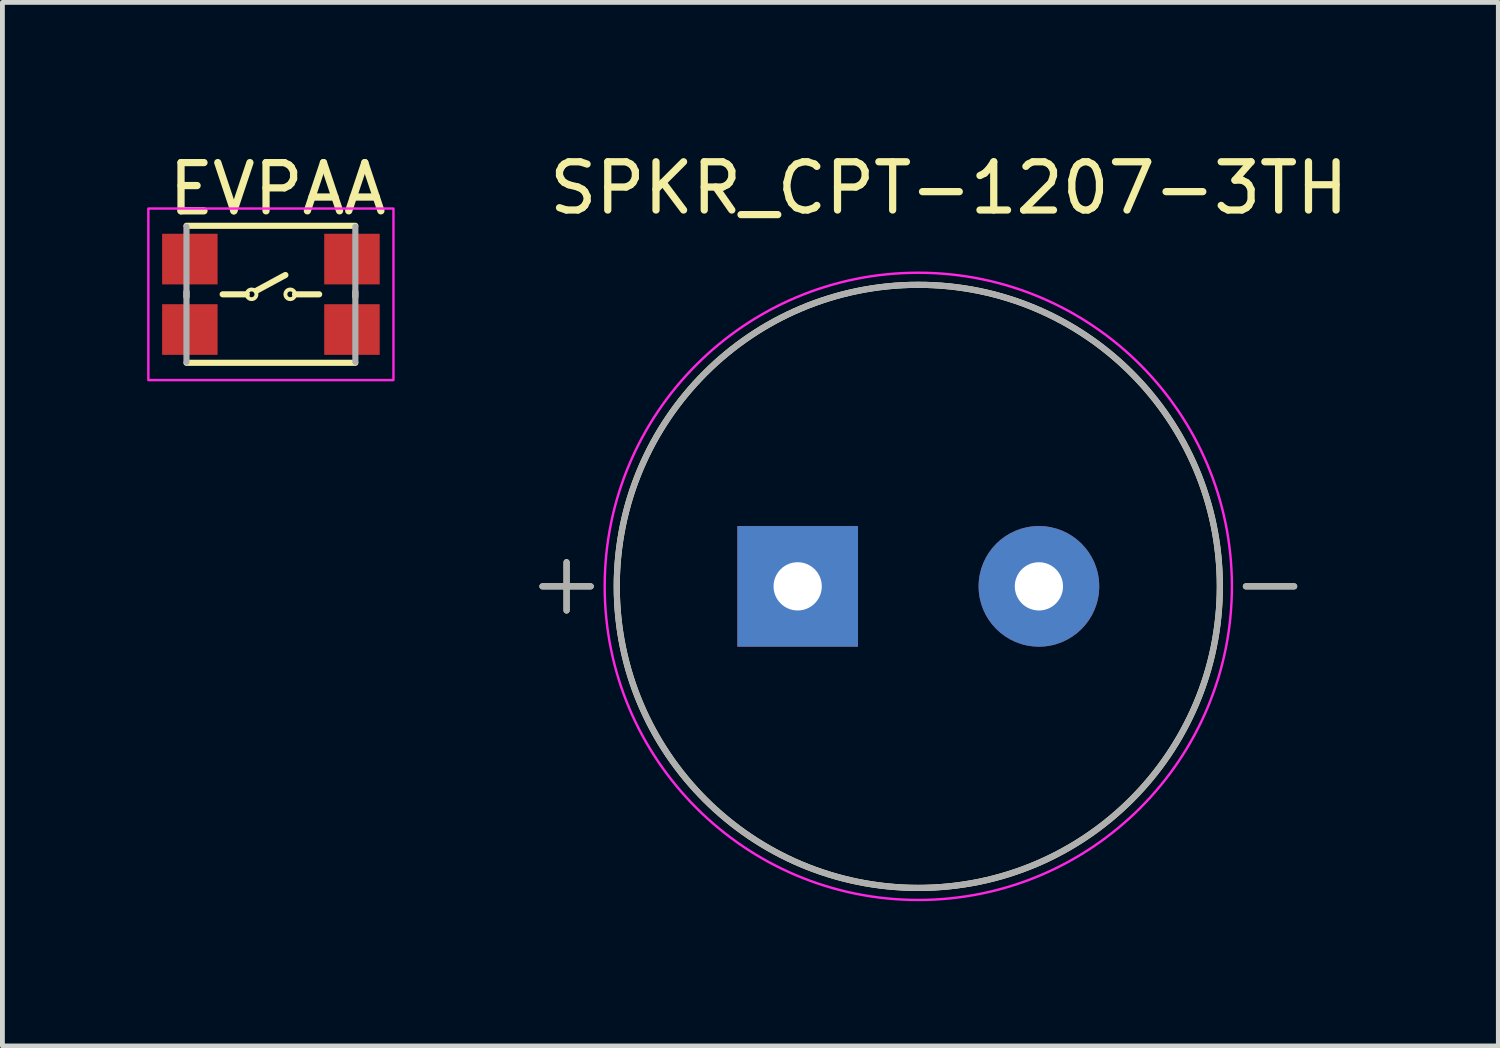
<source format=kicad_pcb>
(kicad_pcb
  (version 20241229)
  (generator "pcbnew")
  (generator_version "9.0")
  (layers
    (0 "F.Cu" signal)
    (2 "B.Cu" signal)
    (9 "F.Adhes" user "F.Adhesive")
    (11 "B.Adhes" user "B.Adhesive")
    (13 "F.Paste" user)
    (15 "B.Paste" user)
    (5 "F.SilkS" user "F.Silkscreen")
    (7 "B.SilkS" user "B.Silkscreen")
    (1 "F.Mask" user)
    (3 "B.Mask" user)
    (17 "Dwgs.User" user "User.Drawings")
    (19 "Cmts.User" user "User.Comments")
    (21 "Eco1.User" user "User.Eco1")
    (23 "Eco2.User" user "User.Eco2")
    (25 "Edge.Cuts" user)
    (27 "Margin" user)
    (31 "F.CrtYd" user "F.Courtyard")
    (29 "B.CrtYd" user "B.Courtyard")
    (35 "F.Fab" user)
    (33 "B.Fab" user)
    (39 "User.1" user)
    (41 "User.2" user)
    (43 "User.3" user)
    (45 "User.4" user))
  (footprint "EVPAA"
    (layer "F.Cu")
    (at 2.565 3.05)
    (property "Reference" "EVPAA" (at -2.2 -1.6 0) (layer "F.SilkS") (effects (font (size 1 1) (thickness 0.15)) (justify left bottom)))
    (attr smd)
    (fp_line (start -1.75 -0.05) (end -1.75 0.05) (stroke (width 0.127) (type solid)) (layer "F.SilkS"))
    (fp_line (start -1.75 1.42) (end 1.75 1.42) (stroke (width 0.127) (type solid)) (layer "F.SilkS"))
    (fp_line (start -0.5 0) (end -1 0) (stroke (width 0.127) (type solid)) (layer "F.SilkS"))
    (fp_line (start -0.3 -0.075) (end 0.3 -0.4) (stroke (width 0.127) (type solid)) (layer "F.SilkS"))
    (fp_line (start 0.5 0) (end 1 0) (stroke (width 0.127) (type solid)) (layer "F.SilkS"))
    (fp_line (start 1.75 -1.42) (end -1.75 -1.42) (stroke (width 0.127) (type solid)) (layer "F.SilkS"))
    (fp_line (start 1.75 0.05) (end 1.75 -0.05) (stroke (width 0.127) (type solid)) (layer "F.SilkS"))
    (fp_circle (center -0.4 0) (end -0.3 0) (stroke (width 0.08) (type solid)) (fill no) (layer "F.SilkS"))
    (fp_circle (center 0.4 0) (end 0.5 0) (stroke (width 0.08) (type solid)) (fill no) (layer "F.SilkS"))
    (fp_rect (start -2.54 -1.778) (end 2.54 1.778) (stroke (width 0.05) (type default)) (fill no) (layer "F.CrtYd"))
    (fp_line (start -1.75 -1.4) (end -1.75 1.4) (stroke (width 0.127) (type solid)) (layer "F.Fab"))
    (fp_line (start 1.75 -1.4) (end 1.75 1.4) (stroke (width 0.127) (type solid)) (layer "F.Fab"))
    (pad "1" smd rect (at -1.68 -0.73) (size 1.15 1.05) (layers "F.Cu" "F.Mask" "F.Paste"))
    (pad "2" smd rect (at -1.68 0.73) (size 1.15 1.05) (layers "F.Cu" "F.Mask" "F.Paste"))
    (pad "3" smd rect (at 1.68 -0.73) (size 1.15 1.05) (layers "F.Cu" "F.Mask" "F.Paste"))
    (pad "4" smd rect (at 1.68 0.73) (size 1.15 1.05) (layers "F.Cu" "F.Mask" "F.Paste")))
  (footprint "SPKR_CPT-1207-3TH"
    (layer "F.Cu")
    (at 15.983 9.103)
    (property "Reference" "SPKR_CPT-1207-3TH" (at 0.635 -8.255 0) (layer "F.SilkS") (effects (font (size 1 1) (thickness 0.15))))
    (attr through_hole)
    (fp_line (start -7.29 -0.5) (end -7.29 0.5) (stroke (width 0.127) (type solid)) (layer "F.SilkS"))
    (fp_line (start -6.79 0) (end -7.79 0) (stroke (width 0.127) (type solid)) (layer "F.SilkS"))
    (fp_line (start 6.79 0) (end 7.79 0) (stroke (width 0.127) (type solid)) (layer "F.SilkS"))
    (fp_circle (center 0 0) (end 6.25 0) (stroke (width 0.127) (type solid)) (fill no) (layer "F.SilkS"))
    (fp_circle (center 0 0) (end 6.5 0) (stroke (width 0.05) (type solid)) (fill no) (layer "F.CrtYd"))
    (fp_line (start -7.79 0) (end -6.79 0) (stroke (width 0.127) (type solid)) (layer "F.Fab"))
    (fp_line (start -7.29 -0.5) (end -7.29 0.5) (stroke (width 0.127) (type solid)) (layer "F.Fab"))
    (fp_line (start 6.79 0) (end 7.79 0) (stroke (width 0.127) (type solid)) (layer "F.Fab"))
    (fp_circle (center 0 0) (end 6.25 0) (stroke (width 0.127) (type solid)) (fill no) (layer "F.Fab"))
    (pad "N" thru_hole circle (at 2.5 0) (size 2.5 2.5) (drill 1) (layers "*.Cu" "*.Mask"))
    (pad "P" thru_hole rect (at -2.5 0) (size 2.5 2.5) (drill 1) (layers "*.Cu" "*.Mask")))
  (gr_rect
    (start -3 -3)
    (end 28.005 18.628)
    (stroke (width 0.1) (type default))
    (fill no)
    (layer "Edge.Cuts")))
</source>
